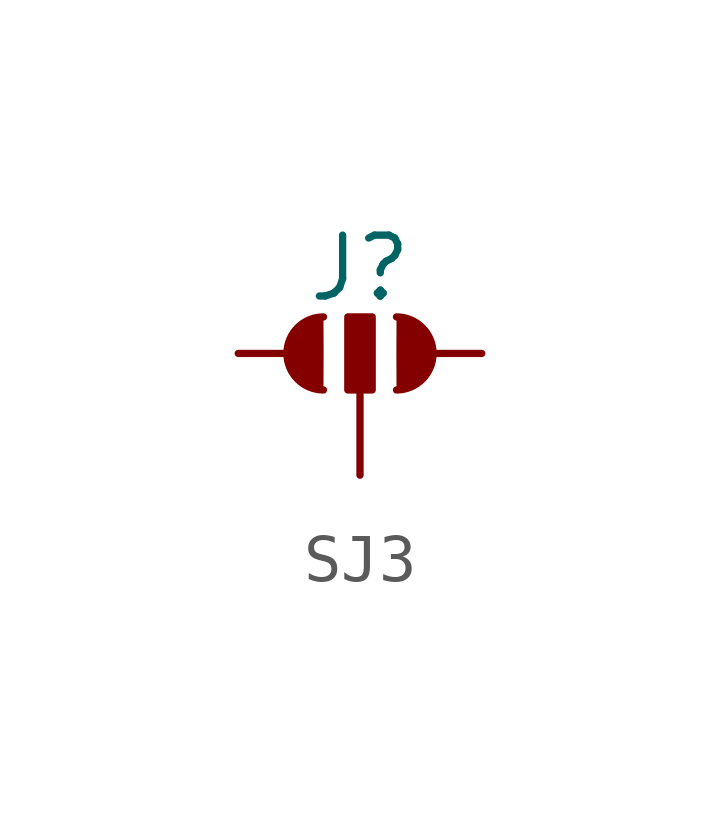
<source format=kicad_sym>
(kicad_symbol_lib
  (version 20211014)
  (generator kicad_symbol_editor)
  (symbol "SJ3"
    (pin_numbers hide)
    (pin_names
      (offset 0) hide)
    (property "Reference" "J"
      (at 0 1.778 0)
      (effects (font (size 1.27 1.27))))
    (symbol "SJ3_0_1"
      (arc (start -0.762 0.762) (mid -1.524 0) (end -0.762 -0.762) (stroke (width 0) (type default) (color 0 0 0 0)) (fill (type outline)))
      (rectangle (start -0.254 0.762) (end 0.254 -0.762) (stroke (width 0) (type default) (color 0 0 0 0)) (fill (type outline)))
      (arc (start 0.762 -0.762) (mid 1.524 0) (end 0.762 0.762) (stroke (width 0) (type default) (color 0 0 0 0)) (fill (type outline))))
    (symbol "SJ3_1_1"
      (pin passive line (at -2.54 0 0) (length 1.016) (name "1" (effects (font (size 1.27 1.27)))) (number "1" (effects (font (size 1.27 1.27)))))
      (pin passive line (at 0 -2.54 90) (length 1.778) (name "2" (effects (font (size 1.27 1.27)))) (number "2" (effects (font (size 1.27 1.27)))))
      (pin passive line (at 2.54 0 180) (length 1.016) (name "3" (effects (font (size 1.27 1.27)))) (number "3" (effects (font (size 1.27 1.27))))))))
</source>
